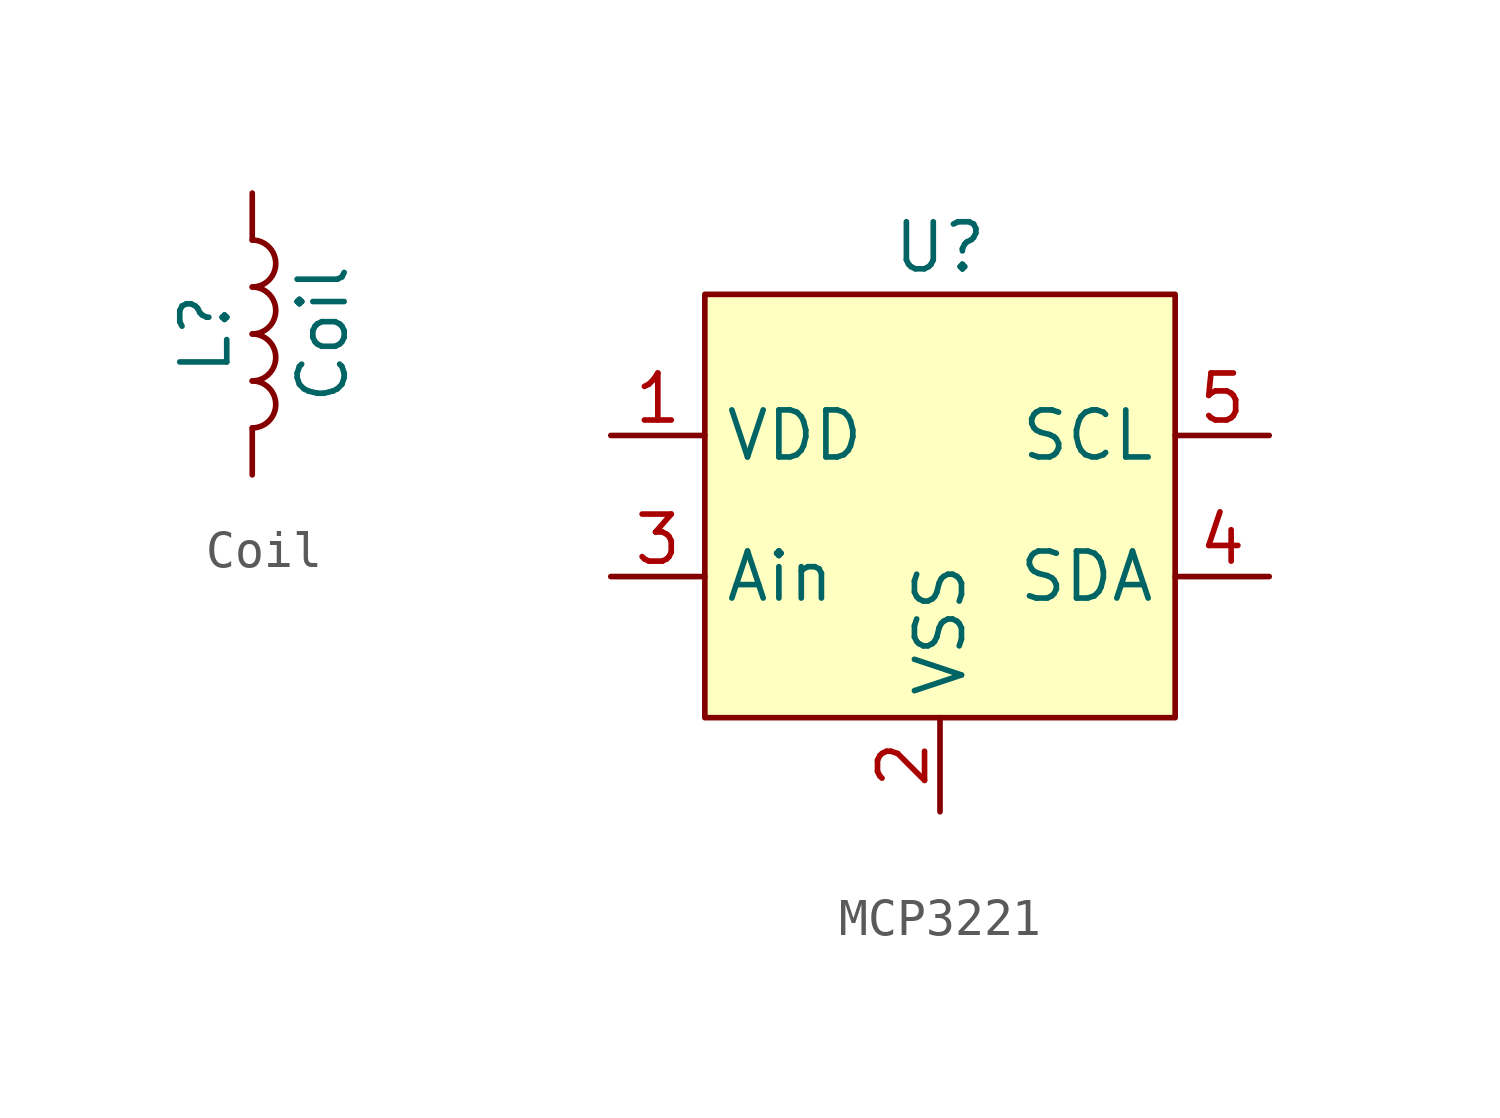
<source format=kicad_sym>
(kicad_symbol_lib
  (version 20231120)
  (generator "kicad_symbol_editor")
  (generator_version "8.0")
  (symbol "Coil"
    (pin_numbers hide)
    (pin_names
      (offset 1.016) hide)
    (property "Reference" "L"
      (at -1.27 0 90)
      (effects (font (size 1.27 1.27))))
    (property "Value" "Coil"
      (at 1.905 0 90)
      (effects (font (size 1.27 1.27))))
    (symbol "Coil_0_1"
      (arc (start 0 -2.54) (mid 0.6323 -1.905) (end 0 -1.27) (stroke (width 0) (type default)) (fill (type none)))
      (arc (start 0 -1.27) (mid 0.6323 -0.635) (end 0 0) (stroke (width 0) (type default)) (fill (type none)))
      (arc (start 0 0) (mid 0.6323 0.635) (end 0 1.27) (stroke (width 0) (type default)) (fill (type none)))
      (arc (start 0 1.27) (mid 0.6323 1.905) (end 0 2.54) (stroke (width 0) (type default)) (fill (type none))))
    (symbol "Coil_1_1"
      (pin passive line (at 0 3.81 270) (length 1.27) (name "1" (effects (font (size 1.27 1.27)))) (number "1" (effects (font (size 1.27 1.27)))))
      (pin passive line (at 0 -3.81 90) (length 1.27) (name "2" (effects (font (size 1.27 1.27)))) (number "2" (effects (font (size 1.27 1.27)))))))
  (symbol "MCP3221"
    (property "Reference" "U"
      (at 0 6.35 0)
      (effects (font (size 1.27 1.27))))
    (property "Value" ""
      (at 0 0 0)
      (effects (font (size 1.27 1.27))))
    (symbol "MCP3221_1_1"
      (rectangle (start -6.35 5.08) (end 6.35 -6.35) (stroke (width 0) (type default)) (fill (type background)))
      (pin power_in line (at -8.89 1.27 0) (length 2.54) (name "VDD" (effects (font (size 1.27 1.27)))) (number "1" (effects (font (size 1.27 1.27)))))
      (pin power_in line (at 0 -8.89 90) (length 2.54) (name "VSS" (effects (font (size 1.27 1.27)))) (number "2" (effects (font (size 1.27 1.27)))))
      (pin input line (at -8.89 -2.54 0) (length 2.54) (name "Ain" (effects (font (size 1.27 1.27)))) (number "3" (effects (font (size 1.27 1.27)))))
      (pin bidirectional line (at 8.89 -2.54 180) (length 2.54) (name "SDA" (effects (font (size 1.27 1.27)))) (number "4" (effects (font (size 1.27 1.27)))))
      (pin input line (at 8.89 1.27 180) (length 2.54) (name "SCL" (effects (font (size 1.27 1.27)))) (number "5" (effects (font (size 1.27 1.27))))))))
</source>
